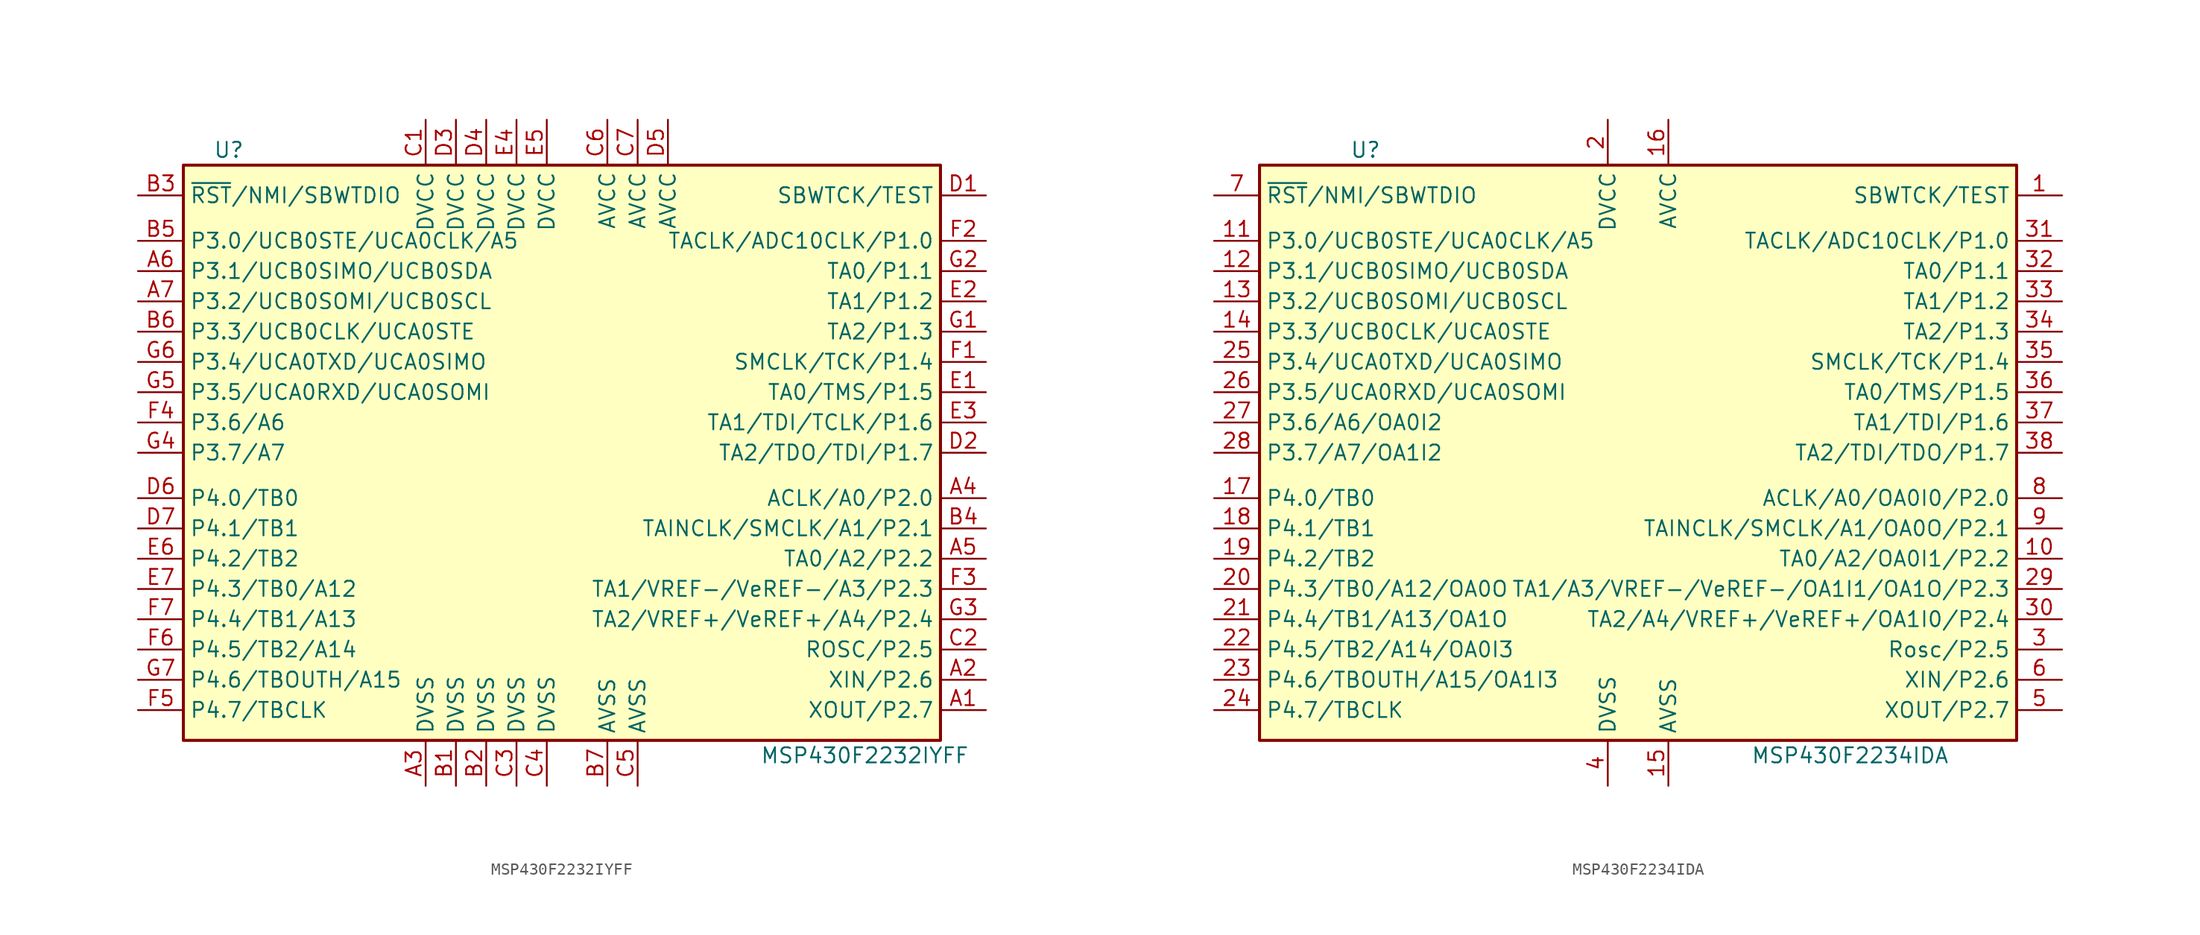
<source format=kicad_sym>
(kicad_symbol_lib
  (version 20201005)
  (generator kicad_symbol_editor)
  (symbol "MCU_Texas_MSP430:MSP430F2232IYFF"
    (property "Reference" "U"
      (at -29.21 25.4 0)
      (effects (font (size 1.27 1.27))))
    (property "Value" "MSP430F2232IYFF"
      (at 24.13 -25.4 0)
      (effects (font (size 1.27 1.27))))
    (symbol "MSP430F2232IYFF_0_1"
      (rectangle (start -33.02 24.13) (end 30.48 -24.13) (stroke (width 0.254)) (fill (type background))))
    (symbol "MSP430F2232IYFF_1_1"
      (pin bidirectional line (at 34.29 -21.59 180) (length 3.81) (name "XOUT/P2.7" (effects (font (size 1.27 1.27)))) (number "A1" (effects (font (size 1.27 1.27)))))
      (pin bidirectional line (at 34.29 -19.05 180) (length 3.81) (name "XIN/P2.6" (effects (font (size 1.27 1.27)))) (number "A2" (effects (font (size 1.27 1.27)))))
      (pin power_in line (at -12.7 -27.94 90) (length 3.81) (name "DVSS" (effects (font (size 1.27 1.27)))) (number "A3" (effects (font (size 1.27 1.27)))))
      (pin bidirectional line (at 34.29 -3.81 180) (length 3.81) (name "ACLK/A0/P2.0" (effects (font (size 1.27 1.27)))) (number "A4" (effects (font (size 1.27 1.27)))))
      (pin bidirectional line (at 34.29 -8.89 180) (length 3.81) (name "TA0/A2/P2.2" (effects (font (size 1.27 1.27)))) (number "A5" (effects (font (size 1.27 1.27)))))
      (pin bidirectional line (at -36.83 15.24 0) (length 3.81) (name "P3.1/UCB0SIMO/UCB0SDA" (effects (font (size 1.27 1.27)))) (number "A6" (effects (font (size 1.27 1.27)))))
      (pin bidirectional line (at -36.83 12.7 0) (length 3.81) (name "P3.2/UCB0SOMI/UCB0SCL" (effects (font (size 1.27 1.27)))) (number "A7" (effects (font (size 1.27 1.27)))))
      (pin power_in line (at -10.16 -27.94 90) (length 3.81) (name "DVSS" (effects (font (size 1.27 1.27)))) (number "B1" (effects (font (size 1.27 1.27)))))
      (pin power_in line (at -7.62 -27.94 90) (length 3.81) (name "DVSS" (effects (font (size 1.27 1.27)))) (number "B2" (effects (font (size 1.27 1.27)))))
      (pin input line (at -36.83 21.59 0) (length 3.81) (name "~RST~/NMI/SBWTDIO" (effects (font (size 1.27 1.27)))) (number "B3" (effects (font (size 1.27 1.27)))))
      (pin bidirectional line (at 34.29 -6.35 180) (length 3.81) (name "TAINCLK/SMCLK/A1/P2.1" (effects (font (size 1.27 1.27)))) (number "B4" (effects (font (size 1.27 1.27)))))
      (pin bidirectional line (at -36.83 17.78 0) (length 3.81) (name "P3.0/UCB0STE/UCA0CLK/A5" (effects (font (size 1.27 1.27)))) (number "B5" (effects (font (size 1.27 1.27)))))
      (pin bidirectional line (at -36.83 10.16 0) (length 3.81) (name "P3.3/UCB0CLK/UCA0STE" (effects (font (size 1.27 1.27)))) (number "B6" (effects (font (size 1.27 1.27)))))
      (pin power_in line (at 2.54 -27.94 90) (length 3.81) (name "AVSS" (effects (font (size 1.27 1.27)))) (number "B7" (effects (font (size 1.27 1.27)))))
      (pin power_in line (at -12.7 27.94 270) (length 3.81) (name "DVCC" (effects (font (size 1.27 1.27)))) (number "C1" (effects (font (size 1.27 1.27)))))
      (pin bidirectional line (at 34.29 -16.51 180) (length 3.81) (name "ROSC/P2.5" (effects (font (size 1.27 1.27)))) (number "C2" (effects (font (size 1.27 1.27)))))
      (pin power_in line (at -5.08 -27.94 90) (length 3.81) (name "DVSS" (effects (font (size 1.27 1.27)))) (number "C3" (effects (font (size 1.27 1.27)))))
      (pin power_in line (at -2.54 -27.94 90) (length 3.81) (name "DVSS" (effects (font (size 1.27 1.27)))) (number "C4" (effects (font (size 1.27 1.27)))))
      (pin power_in line (at 5.08 -27.94 90) (length 3.81) (name "AVSS" (effects (font (size 1.27 1.27)))) (number "C5" (effects (font (size 1.27 1.27)))))
      (pin power_in line (at 2.54 27.94 270) (length 3.81) (name "AVCC" (effects (font (size 1.27 1.27)))) (number "C6" (effects (font (size 1.27 1.27)))))
      (pin power_in line (at 5.08 27.94 270) (length 3.81) (name "AVCC" (effects (font (size 1.27 1.27)))) (number "C7" (effects (font (size 1.27 1.27)))))
      (pin input line (at 34.29 21.59 180) (length 3.81) (name "SBWTCK/TEST" (effects (font (size 1.27 1.27)))) (number "D1" (effects (font (size 1.27 1.27)))))
      (pin bidirectional line (at 34.29 0 180) (length 3.81) (name "TA2/TDO/TDI/P1.7" (effects (font (size 1.27 1.27)))) (number "D2" (effects (font (size 1.27 1.27)))))
      (pin power_in line (at -10.16 27.94 270) (length 3.81) (name "DVCC" (effects (font (size 1.27 1.27)))) (number "D3" (effects (font (size 1.27 1.27)))))
      (pin power_in line (at -7.62 27.94 270) (length 3.81) (name "DVCC" (effects (font (size 1.27 1.27)))) (number "D4" (effects (font (size 1.27 1.27)))))
      (pin power_in line (at 7.62 27.94 270) (length 3.81) (name "AVCC" (effects (font (size 1.27 1.27)))) (number "D5" (effects (font (size 1.27 1.27)))))
      (pin bidirectional line (at -36.83 -3.81 0) (length 3.81) (name "P4.0/TB0" (effects (font (size 1.27 1.27)))) (number "D6" (effects (font (size 1.27 1.27)))))
      (pin bidirectional line (at -36.83 -6.35 0) (length 3.81) (name "P4.1/TB1" (effects (font (size 1.27 1.27)))) (number "D7" (effects (font (size 1.27 1.27)))))
      (pin bidirectional line (at 34.29 5.08 180) (length 3.81) (name "TA0/TMS/P1.5" (effects (font (size 1.27 1.27)))) (number "E1" (effects (font (size 1.27 1.27)))))
      (pin bidirectional line (at 34.29 12.7 180) (length 3.81) (name "TA1/P1.2" (effects (font (size 1.27 1.27)))) (number "E2" (effects (font (size 1.27 1.27)))))
      (pin bidirectional line (at 34.29 2.54 180) (length 3.81) (name "TA1/TDI/TCLK/P1.6" (effects (font (size 1.27 1.27)))) (number "E3" (effects (font (size 1.27 1.27)))))
      (pin power_in line (at -5.08 27.94 270) (length 3.81) (name "DVCC" (effects (font (size 1.27 1.27)))) (number "E4" (effects (font (size 1.27 1.27)))))
      (pin power_in line (at -2.54 27.94 270) (length 3.81) (name "DVCC" (effects (font (size 1.27 1.27)))) (number "E5" (effects (font (size 1.27 1.27)))))
      (pin bidirectional line (at -36.83 -8.89 0) (length 3.81) (name "P4.2/TB2" (effects (font (size 1.27 1.27)))) (number "E6" (effects (font (size 1.27 1.27)))))
      (pin bidirectional line (at -36.83 -11.43 0) (length 3.81) (name "P4.3/TB0/A12" (effects (font (size 1.27 1.27)))) (number "E7" (effects (font (size 1.27 1.27)))))
      (pin bidirectional line (at 34.29 7.62 180) (length 3.81) (name "SMCLK/TCK/P1.4" (effects (font (size 1.27 1.27)))) (number "F1" (effects (font (size 1.27 1.27)))))
      (pin bidirectional line (at 34.29 17.78 180) (length 3.81) (name "TACLK/ADC10CLK/P1.0" (effects (font (size 1.27 1.27)))) (number "F2" (effects (font (size 1.27 1.27)))))
      (pin bidirectional line (at 34.29 -11.43 180) (length 3.81) (name "TA1/VREF-/VeREF-/A3/P2.3" (effects (font (size 1.27 1.27)))) (number "F3" (effects (font (size 1.27 1.27)))))
      (pin bidirectional line (at -36.83 2.54 0) (length 3.81) (name "P3.6/A6" (effects (font (size 1.27 1.27)))) (number "F4" (effects (font (size 1.27 1.27)))))
      (pin bidirectional line (at -36.83 -21.59 0) (length 3.81) (name "P4.7/TBCLK" (effects (font (size 1.27 1.27)))) (number "F5" (effects (font (size 1.27 1.27)))))
      (pin bidirectional line (at -36.83 -16.51 0) (length 3.81) (name "P4.5/TB2/A14" (effects (font (size 1.27 1.27)))) (number "F6" (effects (font (size 1.27 1.27)))))
      (pin bidirectional line (at -36.83 -13.97 0) (length 3.81) (name "P4.4/TB1/A13" (effects (font (size 1.27 1.27)))) (number "F7" (effects (font (size 1.27 1.27)))))
      (pin bidirectional line (at 34.29 10.16 180) (length 3.81) (name "TA2/P1.3" (effects (font (size 1.27 1.27)))) (number "G1" (effects (font (size 1.27 1.27)))))
      (pin bidirectional line (at 34.29 15.24 180) (length 3.81) (name "TA0/P1.1" (effects (font (size 1.27 1.27)))) (number "G2" (effects (font (size 1.27 1.27)))))
      (pin bidirectional line (at 34.29 -13.97 180) (length 3.81) (name "TA2/VREF+/VeREF+/A4/P2.4" (effects (font (size 1.27 1.27)))) (number "G3" (effects (font (size 1.27 1.27)))))
      (pin bidirectional line (at -36.83 0 0) (length 3.81) (name "P3.7/A7" (effects (font (size 1.27 1.27)))) (number "G4" (effects (font (size 1.27 1.27)))))
      (pin bidirectional line (at -36.83 5.08 0) (length 3.81) (name "P3.5/UCA0RXD/UCA0SOMI" (effects (font (size 1.27 1.27)))) (number "G5" (effects (font (size 1.27 1.27)))))
      (pin bidirectional line (at -36.83 7.62 0) (length 3.81) (name "P3.4/UCA0TXD/UCA0SIMO" (effects (font (size 1.27 1.27)))) (number "G6" (effects (font (size 1.27 1.27)))))
      (pin bidirectional line (at -36.83 -19.05 0) (length 3.81) (name "P4.6/TBOUTH/A15" (effects (font (size 1.27 1.27)))) (number "G7" (effects (font (size 1.27 1.27)))))))
  (symbol "MCU_Texas_MSP430:MSP430F2234IDA"
    (property "Reference" "U"
      (at -22.86 25.4 0)
      (effects (font (size 1.27 1.27))))
    (property "Value" "MSP430F2234IDA"
      (at 17.78 -25.4 0)
      (effects (font (size 1.27 1.27))))
    (symbol "MSP430F2234IDA_0_1"
      (rectangle (start -31.75 24.13) (end 31.75 -24.13) (stroke (width 0.254)) (fill (type background))))
    (symbol "MSP430F2234IDA_1_1"
      (pin input line (at 35.56 21.59 180) (length 3.81) (name "SBWTCK/TEST" (effects (font (size 1.27 1.27)))) (number "1" (effects (font (size 1.27 1.27)))))
      (pin bidirectional line (at 35.56 -8.89 180) (length 3.81) (name "TA0/A2/OA0I1/P2.2" (effects (font (size 1.27 1.27)))) (number "10" (effects (font (size 1.27 1.27)))))
      (pin bidirectional line (at -35.56 17.78 0) (length 3.81) (name "P3.0/UCB0STE/UCA0CLK/A5" (effects (font (size 1.27 1.27)))) (number "11" (effects (font (size 1.27 1.27)))))
      (pin bidirectional line (at -35.56 15.24 0) (length 3.81) (name "P3.1/UCB0SIMO/UCB0SDA" (effects (font (size 1.27 1.27)))) (number "12" (effects (font (size 1.27 1.27)))))
      (pin bidirectional line (at -35.56 12.7 0) (length 3.81) (name "P3.2/UCB0SOMI/UCB0SCL" (effects (font (size 1.27 1.27)))) (number "13" (effects (font (size 1.27 1.27)))))
      (pin bidirectional line (at -35.56 10.16 0) (length 3.81) (name "P3.3/UCB0CLK/UCA0STE" (effects (font (size 1.27 1.27)))) (number "14" (effects (font (size 1.27 1.27)))))
      (pin power_in line (at 2.54 -27.94 90) (length 3.81) (name "AVSS" (effects (font (size 1.27 1.27)))) (number "15" (effects (font (size 1.27 1.27)))))
      (pin power_in line (at 2.54 27.94 270) (length 3.81) (name "AVCC" (effects (font (size 1.27 1.27)))) (number "16" (effects (font (size 1.27 1.27)))))
      (pin bidirectional line (at -35.56 -3.81 0) (length 3.81) (name "P4.0/TB0" (effects (font (size 1.27 1.27)))) (number "17" (effects (font (size 1.27 1.27)))))
      (pin bidirectional line (at -35.56 -6.35 0) (length 3.81) (name "P4.1/TB1" (effects (font (size 1.27 1.27)))) (number "18" (effects (font (size 1.27 1.27)))))
      (pin bidirectional line (at -35.56 -8.89 0) (length 3.81) (name "P4.2/TB2" (effects (font (size 1.27 1.27)))) (number "19" (effects (font (size 1.27 1.27)))))
      (pin power_in line (at -2.54 27.94 270) (length 3.81) (name "DVCC" (effects (font (size 1.27 1.27)))) (number "2" (effects (font (size 1.27 1.27)))))
      (pin bidirectional line (at -35.56 -11.43 0) (length 3.81) (name "P4.3/TB0/A12/OA0O" (effects (font (size 1.27 1.27)))) (number "20" (effects (font (size 1.27 1.27)))))
      (pin bidirectional line (at -35.56 -13.97 0) (length 3.81) (name "P4.4/TB1/A13/OA1O" (effects (font (size 1.27 1.27)))) (number "21" (effects (font (size 1.27 1.27)))))
      (pin bidirectional line (at -35.56 -16.51 0) (length 3.81) (name "P4.5/TB2/A14/OA0I3" (effects (font (size 1.27 1.27)))) (number "22" (effects (font (size 1.27 1.27)))))
      (pin bidirectional line (at -35.56 -19.05 0) (length 3.81) (name "P4.6/TBOUTH/A15/OA1I3" (effects (font (size 1.27 1.27)))) (number "23" (effects (font (size 1.27 1.27)))))
      (pin bidirectional line (at -35.56 -21.59 0) (length 3.81) (name "P4.7/TBCLK" (effects (font (size 1.27 1.27)))) (number "24" (effects (font (size 1.27 1.27)))))
      (pin bidirectional line (at -35.56 7.62 0) (length 3.81) (name "P3.4/UCA0TXD/UCA0SIMO" (effects (font (size 1.27 1.27)))) (number "25" (effects (font (size 1.27 1.27)))))
      (pin bidirectional line (at -35.56 5.08 0) (length 3.81) (name "P3.5/UCA0RXD/UCA0SOMI" (effects (font (size 1.27 1.27)))) (number "26" (effects (font (size 1.27 1.27)))))
      (pin bidirectional line (at -35.56 2.54 0) (length 3.81) (name "P3.6/A6/OA0I2" (effects (font (size 1.27 1.27)))) (number "27" (effects (font (size 1.27 1.27)))))
      (pin bidirectional line (at -35.56 0 0) (length 3.81) (name "P3.7/A7/OA1I2" (effects (font (size 1.27 1.27)))) (number "28" (effects (font (size 1.27 1.27)))))
      (pin bidirectional line (at 35.56 -11.43 180) (length 3.81) (name "TA1/A3/VREF-/VeREF-/OA1I1/OA1O/P2.3" (effects (font (size 1.27 1.27)))) (number "29" (effects (font (size 1.27 1.27)))))
      (pin bidirectional line (at 35.56 -16.51 180) (length 3.81) (name "Rosc/P2.5" (effects (font (size 1.27 1.27)))) (number "3" (effects (font (size 1.27 1.27)))))
      (pin bidirectional line (at 35.56 -13.97 180) (length 3.81) (name "TA2/A4/VREF+/VeREF+/OA1I0/P2.4" (effects (font (size 1.27 1.27)))) (number "30" (effects (font (size 1.27 1.27)))))
      (pin bidirectional line (at 35.56 17.78 180) (length 3.81) (name "TACLK/ADC10CLK/P1.0" (effects (font (size 1.27 1.27)))) (number "31" (effects (font (size 1.27 1.27)))))
      (pin bidirectional line (at 35.56 15.24 180) (length 3.81) (name "TA0/P1.1" (effects (font (size 1.27 1.27)))) (number "32" (effects (font (size 1.27 1.27)))))
      (pin bidirectional line (at 35.56 12.7 180) (length 3.81) (name "TA1/P1.2" (effects (font (size 1.27 1.27)))) (number "33" (effects (font (size 1.27 1.27)))))
      (pin bidirectional line (at 35.56 10.16 180) (length 3.81) (name "TA2/P1.3" (effects (font (size 1.27 1.27)))) (number "34" (effects (font (size 1.27 1.27)))))
      (pin bidirectional line (at 35.56 7.62 180) (length 3.81) (name "SMCLK/TCK/P1.4" (effects (font (size 1.27 1.27)))) (number "35" (effects (font (size 1.27 1.27)))))
      (pin bidirectional line (at 35.56 5.08 180) (length 3.81) (name "TA0/TMS/P1.5" (effects (font (size 1.27 1.27)))) (number "36" (effects (font (size 1.27 1.27)))))
      (pin bidirectional line (at 35.56 2.54 180) (length 3.81) (name "TA1/TDI/P1.6" (effects (font (size 1.27 1.27)))) (number "37" (effects (font (size 1.27 1.27)))))
      (pin bidirectional line (at 35.56 0 180) (length 3.81) (name "TA2/TDI/TDO/P1.7" (effects (font (size 1.27 1.27)))) (number "38" (effects (font (size 1.27 1.27)))))
      (pin power_in line (at -2.54 -27.94 90) (length 3.81) (name "DVSS" (effects (font (size 1.27 1.27)))) (number "4" (effects (font (size 1.27 1.27)))))
      (pin bidirectional line (at 35.56 -21.59 180) (length 3.81) (name "XOUT/P2.7" (effects (font (size 1.27 1.27)))) (number "5" (effects (font (size 1.27 1.27)))))
      (pin bidirectional line (at 35.56 -19.05 180) (length 3.81) (name "XIN/P2.6" (effects (font (size 1.27 1.27)))) (number "6" (effects (font (size 1.27 1.27)))))
      (pin bidirectional line (at -35.56 21.59 0) (length 3.81) (name "~RST~/NMI/SBWTDIO" (effects (font (size 1.27 1.27)))) (number "7" (effects (font (size 1.27 1.27)))))
      (pin bidirectional line (at 35.56 -3.81 180) (length 3.81) (name "ACLK/A0/OA0I0/P2.0" (effects (font (size 1.27 1.27)))) (number "8" (effects (font (size 1.27 1.27)))))
      (pin bidirectional line (at 35.56 -6.35 180) (length 3.81) (name "TAINCLK/SMCLK/A1/OA0O/P2.1" (effects (font (size 1.27 1.27)))) (number "9" (effects (font (size 1.27 1.27))))))))
</source>
